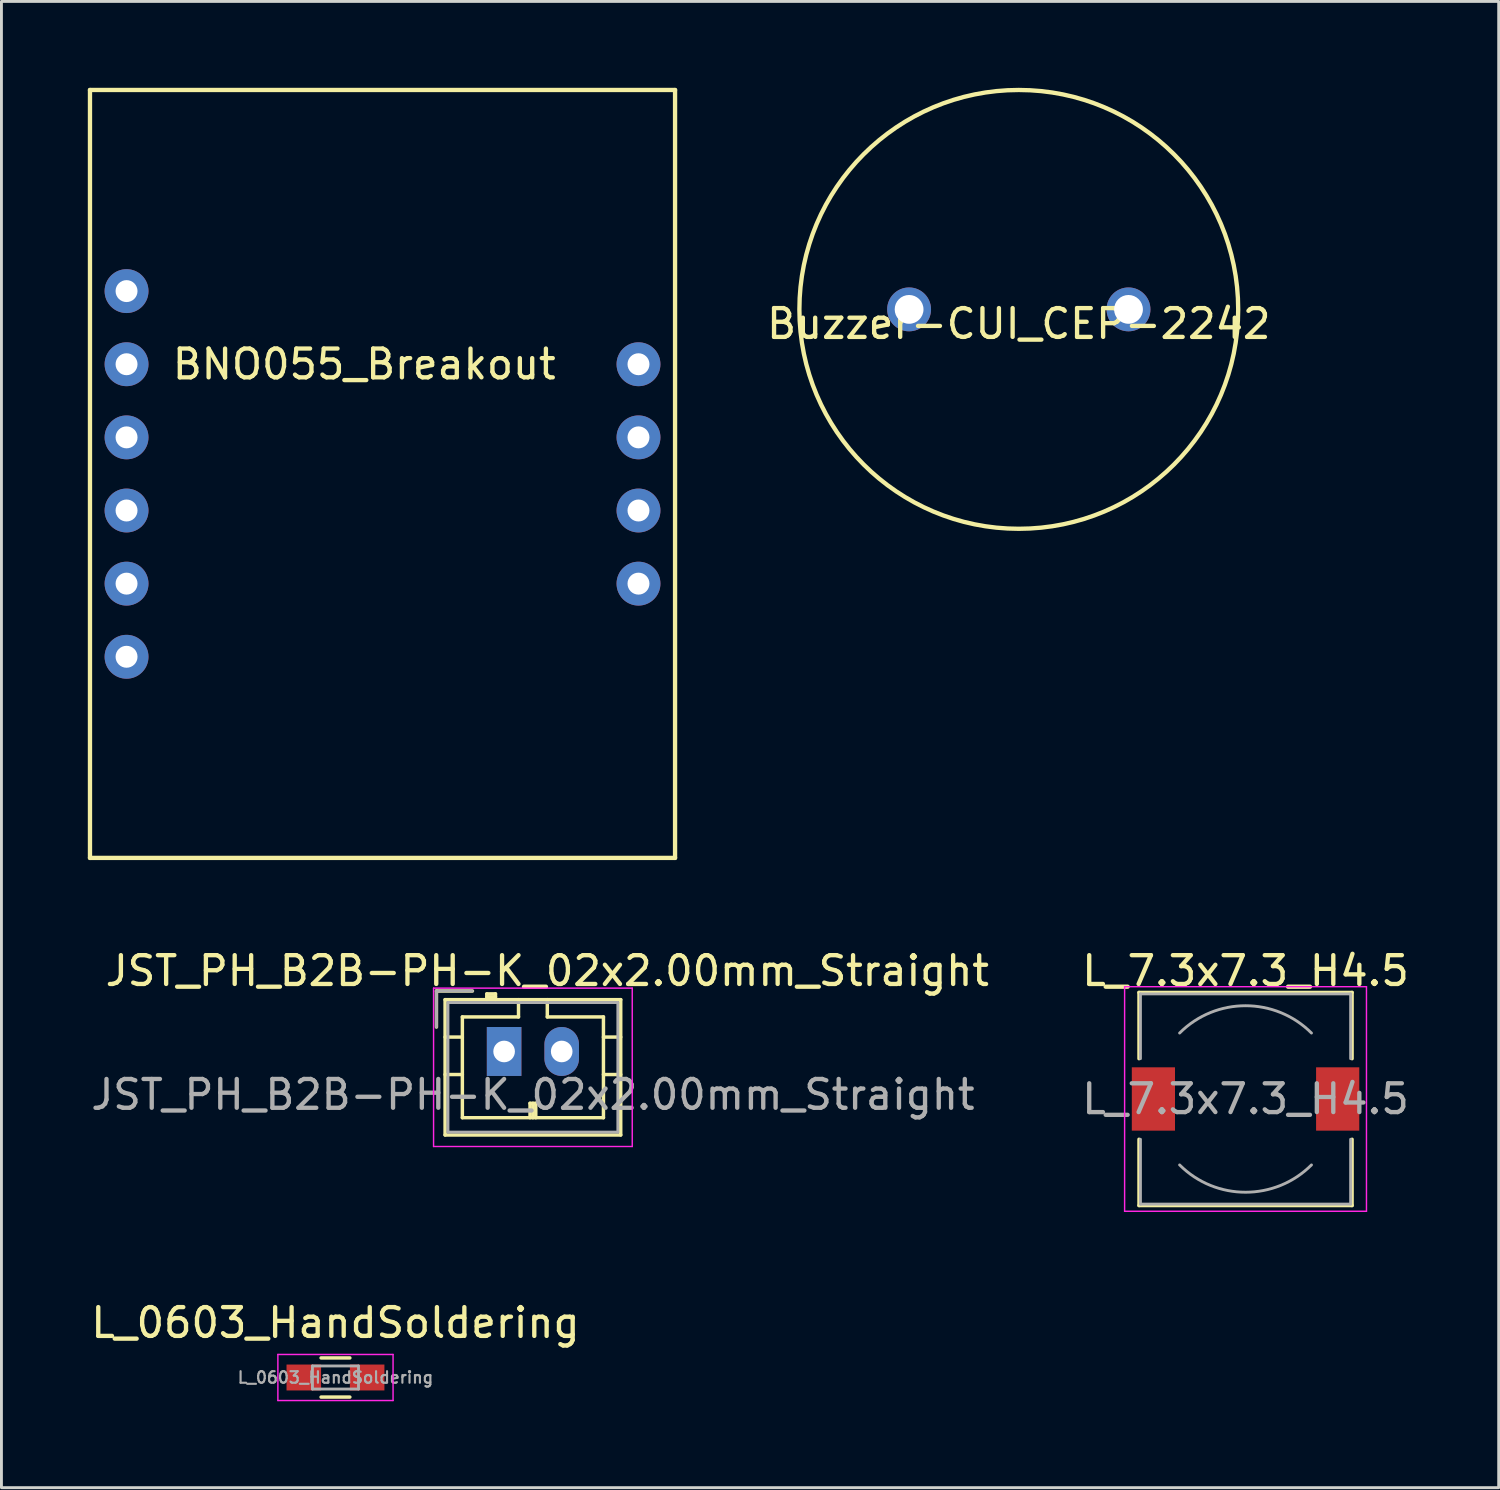
<source format=kicad_pcb>
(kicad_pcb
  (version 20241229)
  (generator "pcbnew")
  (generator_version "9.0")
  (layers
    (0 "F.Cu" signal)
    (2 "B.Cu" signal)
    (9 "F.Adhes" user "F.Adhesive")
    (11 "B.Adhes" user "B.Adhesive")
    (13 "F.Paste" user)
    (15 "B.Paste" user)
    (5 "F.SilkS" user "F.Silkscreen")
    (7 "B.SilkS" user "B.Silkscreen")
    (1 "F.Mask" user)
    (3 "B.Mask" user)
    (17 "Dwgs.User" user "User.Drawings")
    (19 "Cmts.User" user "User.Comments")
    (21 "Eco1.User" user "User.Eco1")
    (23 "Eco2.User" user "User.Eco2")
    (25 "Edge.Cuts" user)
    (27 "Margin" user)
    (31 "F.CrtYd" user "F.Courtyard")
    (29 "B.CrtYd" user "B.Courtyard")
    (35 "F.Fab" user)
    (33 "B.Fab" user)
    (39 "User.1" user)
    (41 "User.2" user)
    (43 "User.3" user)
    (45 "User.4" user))
  (footprint "JST_PH_B2B-PH-K_02x2.00mm_Straight"
    (layer "F.Cu")
    (at 14.458 33.468)
    (property "Reference" "JST_PH_B2B-PH-K_02x2.00mm_Straight" (at 1.5 -2.8 0) (layer "F.SilkS") (effects (font (size 1 1) (thickness 0.15))))
    (attr through_hole)
    (fp_line (start -2.35 -2.1) (end -2.35 -0.85) (stroke (width 0.12) (type solid)) (layer "F.SilkS"))
    (fp_line (start -2.05 -1.8) (end -2.05 2.9) (stroke (width 0.12) (type solid)) (layer "F.SilkS"))
    (fp_line (start -2.05 -0.5) (end -1.45 -0.5) (stroke (width 0.12) (type solid)) (layer "F.SilkS"))
    (fp_line (start -2.05 0.8) (end -1.45 0.8) (stroke (width 0.12) (type solid)) (layer "F.SilkS"))
    (fp_line (start -2.05 2.9) (end 4.05 2.9) (stroke (width 0.12) (type solid)) (layer "F.SilkS"))
    (fp_line (start -1.45 -1.2) (end -1.45 2.3) (stroke (width 0.12) (type solid)) (layer "F.SilkS"))
    (fp_line (start -1.45 2.3) (end 3.45 2.3) (stroke (width 0.12) (type solid)) (layer "F.SilkS"))
    (fp_line (start -1.1 -2.1) (end -2.35 -2.1) (stroke (width 0.12) (type solid)) (layer "F.SilkS"))
    (fp_line (start -0.6 -2) (end -0.6 -1.8) (stroke (width 0.12) (type solid)) (layer "F.SilkS"))
    (fp_line (start -0.3 -2) (end -0.6 -2) (stroke (width 0.12) (type solid)) (layer "F.SilkS"))
    (fp_line (start -0.3 -1.9) (end -0.6 -1.9) (stroke (width 0.12) (type solid)) (layer "F.SilkS"))
    (fp_line (start -0.3 -1.8) (end -0.3 -2) (stroke (width 0.12) (type solid)) (layer "F.SilkS"))
    (fp_line (start 0.5 -1.8) (end 0.5 -1.2) (stroke (width 0.12) (type solid)) (layer "F.SilkS"))
    (fp_line (start 0.5 -1.2) (end -1.45 -1.2) (stroke (width 0.12) (type solid)) (layer "F.SilkS"))
    (fp_line (start 0.9 1.8) (end 1.1 1.8) (stroke (width 0.12) (type solid)) (layer "F.SilkS"))
    (fp_line (start 0.9 2.3) (end 0.9 1.8) (stroke (width 0.12) (type solid)) (layer "F.SilkS"))
    (fp_line (start 1 2.3) (end 1 1.8) (stroke (width 0.12) (type solid)) (layer "F.SilkS"))
    (fp_line (start 1.1 1.8) (end 1.1 2.3) (stroke (width 0.12) (type solid)) (layer "F.SilkS"))
    (fp_line (start 1.5 -1.2) (end 1.5 -1.8) (stroke (width 0.12) (type solid)) (layer "F.SilkS"))
    (fp_line (start 3.45 -1.2) (end 1.5 -1.2) (stroke (width 0.12) (type solid)) (layer "F.SilkS"))
    (fp_line (start 3.45 2.3) (end 3.45 -1.2) (stroke (width 0.12) (type solid)) (layer "F.SilkS"))
    (fp_line (start 4.05 -1.8) (end -2.05 -1.8) (stroke (width 0.12) (type solid)) (layer "F.SilkS"))
    (fp_line (start 4.05 -0.5) (end 3.45 -0.5) (stroke (width 0.12) (type solid)) (layer "F.SilkS"))
    (fp_line (start 4.05 0.8) (end 3.45 0.8) (stroke (width 0.12) (type solid)) (layer "F.SilkS"))
    (fp_line (start 4.05 2.9) (end 4.05 -1.8) (stroke (width 0.12) (type solid)) (layer "F.SilkS"))
    (fp_line (start -2.45 -2.2) (end -2.45 3.3) (stroke (width 0.05) (type solid)) (layer "F.CrtYd"))
    (fp_line (start -2.45 3.3) (end 4.45 3.3) (stroke (width 0.05) (type solid)) (layer "F.CrtYd"))
    (fp_line (start 4.45 -2.2) (end -2.45 -2.2) (stroke (width 0.05) (type solid)) (layer "F.CrtYd"))
    (fp_line (start 4.45 3.3) (end 4.45 -2.2) (stroke (width 0.05) (type solid)) (layer "F.CrtYd"))
    (fp_line (start -2.35 -2.1) (end -2.35 -0.85) (stroke (width 0.1) (type solid)) (layer "F.Fab"))
    (fp_line (start -1.95 -1.7) (end -1.95 2.8) (stroke (width 0.1) (type solid)) (layer "F.Fab"))
    (fp_line (start -1.95 2.8) (end 3.95 2.8) (stroke (width 0.1) (type solid)) (layer "F.Fab"))
    (fp_line (start -1.1 -2.1) (end -2.35 -2.1) (stroke (width 0.1) (type solid)) (layer "F.Fab"))
    (fp_line (start 3.95 -1.7) (end -1.95 -1.7) (stroke (width 0.1) (type solid)) (layer "F.Fab"))
    (fp_line (start 3.95 2.8) (end 3.95 -1.7) (stroke (width 0.1) (type solid)) (layer "F.Fab"))
    (fp_text user "${REFERENCE}" (at 1 1.5 0) (layer "F.Fab") (effects (font (size 1 1) (thickness 0.15))))
    (pad "1" thru_hole rect (at 0 0) (size 1.2 1.7) (drill 0.75) (layers "*.Cu" "*.Mask"))
    (pad "2" thru_hole oval (at 2 0) (size 1.2 1.7) (drill 0.75) (layers "*.Cu" "*.Mask")))
  (footprint "BNO055_Breakout"
    (layer "F.Cu")
    (at 1.345 7.06)
    (property "Reference" "BNO055_Breakout" (at 8.255 2.54 0) (layer "F.SilkS") (effects (font (size 1 1) (thickness 0.15))))
    (attr through_hole)
    (fp_line (start -1.27 -6.985) (end 19.05 -6.985) (stroke (width 0.15) (type solid)) (layer "F.SilkS"))
    (fp_line (start -1.27 19.685) (end -1.27 -6.985) (stroke (width 0.15) (type solid)) (layer "F.SilkS"))
    (fp_line (start 19.05 -6.985) (end 19.05 19.685) (stroke (width 0.15) (type solid)) (layer "F.SilkS"))
    (fp_line (start 19.05 19.685) (end -1.27 19.685) (stroke (width 0.15) (type solid)) (layer "F.SilkS"))
    (pad "1" thru_hole circle (at 0 0) (size 1.524 1.524) (drill 0.762) (layers "*.Cu" "*.Mask"))
    (pad "2" thru_hole circle (at 0 2.54) (size 1.524 1.524) (drill 0.762) (layers "*.Cu" "*.Mask"))
    (pad "3" thru_hole circle (at 0 5.08) (size 1.524 1.524) (drill 0.762) (layers "*.Cu" "*.Mask"))
    (pad "4" thru_hole circle (at 0 7.62) (size 1.524 1.524) (drill 0.762) (layers "*.Cu" "*.Mask"))
    (pad "5" thru_hole circle (at 0 10.16) (size 1.524 1.524) (drill 0.762) (layers "*.Cu" "*.Mask"))
    (pad "6" thru_hole circle (at 0 12.7) (size 1.524 1.524) (drill 0.762) (layers "*.Cu" "*.Mask"))
    (pad "7" thru_hole circle (at 17.78 10.16) (size 1.524 1.524) (drill 0.762) (layers "*.Cu" "*.Mask"))
    (pad "8" thru_hole circle (at 17.78 7.62) (size 1.524 1.524) (drill 0.762) (layers "*.Cu" "*.Mask"))
    (pad "9" thru_hole circle (at 17.78 5.08) (size 1.524 1.524) (drill 0.762) (layers "*.Cu" "*.Mask"))
    (pad "10" thru_hole circle (at 17.78 2.54) (size 1.524 1.524) (drill 0.762) (layers "*.Cu" "*.Mask")))
  (footprint "L_0603_HandSoldering"
    (layer "F.Cu")
    (at 8.601 44.791)
    (property "Reference" "L_0603_HandSoldering" (at 0 -1.9 0) (layer "F.SilkS") (effects (font (size 1 1) (thickness 0.15))))
    (attr smd)
    (fp_line (start -0.5 -0.68) (end 0.5 -0.68) (stroke (width 0.12) (type solid)) (layer "F.SilkS"))
    (fp_line (start 0.5 0.68) (end -0.5 0.68) (stroke (width 0.12) (type solid)) (layer "F.SilkS"))
    (fp_line (start -2 -0.8) (end -2 0.8) (stroke (width 0.05) (type solid)) (layer "F.CrtYd"))
    (fp_line (start -2 -0.8) (end 2 -0.8) (stroke (width 0.05) (type solid)) (layer "F.CrtYd"))
    (fp_line (start -2 0.8) (end 2 0.8) (stroke (width 0.05) (type solid)) (layer "F.CrtYd"))
    (fp_line (start 2 -0.8) (end 2 0.8) (stroke (width 0.05) (type solid)) (layer "F.CrtYd"))
    (fp_line (start -0.8 -0.4) (end 0.8 -0.4) (stroke (width 0.1) (type solid)) (layer "F.Fab"))
    (fp_line (start -0.8 0.4) (end -0.8 -0.4) (stroke (width 0.1) (type solid)) (layer "F.Fab"))
    (fp_line (start 0.8 -0.4) (end 0.8 0.4) (stroke (width 0.1) (type solid)) (layer "F.Fab"))
    (fp_line (start 0.8 0.4) (end -0.8 0.4) (stroke (width 0.1) (type solid)) (layer "F.Fab"))
    (fp_text user "${REFERENCE}" (at 0 0 0) (layer "F.Fab") (effects (font (size 0.4 0.4) (thickness 0.075))))
    (pad "1" smd rect (at -1.1 0) (size 1.2 0.9) (layers "F.Cu" "F.Mask" "F.Paste"))
    (pad "2" smd rect (at 1.1 0) (size 1.2 0.9) (layers "F.Cu" "F.Mask" "F.Paste")))
  (footprint "Buzzer-CUI_CEP-2242"
    (layer "F.Cu")
    (at 32.333 7.695)
    (property "Reference" "Buzzer-CUI_CEP-2242" (at 0 0.5 0) (layer "F.SilkS") (effects (font (size 1 1) (thickness 0.15))))
    (attr through_hole)
    (fp_circle (center 0 0) (end 7.62 0) (stroke (width 0.15) (type solid)) (fill no) (layer "F.SilkS"))
    (pad "1" thru_hole circle (at -3.81 0) (size 1.524 1.524) (drill 1) (layers "*.Cu" "*.Mask"))
    (pad "2" thru_hole circle (at 3.81 0) (size 1.524 1.524) (drill 1) (layers "*.Cu" "*.Mask")))
  (footprint "L_7.3x7.3_H4.5"
    (layer "F.Cu")
    (at 40.208 35.118)
    (property "Reference" "L_7.3x7.3_H4.5" (at 0 -4.45 0) (layer "F.SilkS") (effects (font (size 1 1) (thickness 0.15))))
    (attr smd)
    (fp_line (start -3.7 -3.7) (end 3.7 -3.7) (stroke (width 0.12) (type solid)) (layer "F.SilkS"))
    (fp_line (start -3.7 -1.4) (end -3.7 -3.7) (stroke (width 0.12) (type solid)) (layer "F.SilkS"))
    (fp_line (start -3.7 3.7) (end -3.7 1.4) (stroke (width 0.12) (type solid)) (layer "F.SilkS"))
    (fp_line (start 3.7 -3.7) (end 3.7 -1.4) (stroke (width 0.12) (type solid)) (layer "F.SilkS"))
    (fp_line (start 3.7 1.4) (end 3.7 3.7) (stroke (width 0.12) (type solid)) (layer "F.SilkS"))
    (fp_line (start 3.7 3.7) (end -3.7 3.7) (stroke (width 0.12) (type solid)) (layer "F.SilkS"))
    (fp_line (start -4.2 -3.9) (end -4.2 3.9) (stroke (width 0.05) (type solid)) (layer "F.CrtYd"))
    (fp_line (start -4.2 3.9) (end 4.2 3.9) (stroke (width 0.05) (type solid)) (layer "F.CrtYd"))
    (fp_line (start 4.2 -3.9) (end -4.2 -3.9) (stroke (width 0.05) (type solid)) (layer "F.CrtYd"))
    (fp_line (start 4.2 3.9) (end 4.2 -3.9) (stroke (width 0.05) (type solid)) (layer "F.CrtYd"))
    (fp_line (start -3.65 -3.65) (end -3.65 -1.4) (stroke (width 0.1) (type solid)) (layer "F.Fab"))
    (fp_line (start -3.65 -3.65) (end 3.65 -3.65) (stroke (width 0.1) (type solid)) (layer "F.Fab"))
    (fp_line (start -3.65 3.65) (end -3.65 1.4) (stroke (width 0.1) (type solid)) (layer "F.Fab"))
    (fp_line (start 3.65 -3.65) (end 3.65 -1.4) (stroke (width 0.1) (type solid)) (layer "F.Fab"))
    (fp_line (start 3.65 3.65) (end -3.65 3.65) (stroke (width 0.1) (type solid)) (layer "F.Fab"))
    (fp_line (start 3.65 3.65) (end 3.65 1.4) (stroke (width 0.1) (type solid)) (layer "F.Fab"))
    (fp_arc (start -2.29 -2.29) (mid 0 -3.238549) (end 2.29 -2.29) (stroke (width 0.1) (type solid)) (layer "F.Fab"))
    (fp_arc (start 2.29 2.29) (mid 0 3.238549) (end -2.29 2.29) (stroke (width 0.1) (type solid)) (layer "F.Fab"))
    (fp_text user "${REFERENCE}" (at 0 0 0) (layer "F.Fab") (effects (font (size 1 1) (thickness 0.15))))
    (pad "1" smd rect (at -3.2 0) (size 1.5 2.2) (layers "F.Cu" "F.Mask" "F.Paste"))
    (pad "2" smd rect (at 3.2 0) (size 1.5 2.2) (layers "F.Cu" "F.Mask" "F.Paste")))
  (gr_rect
    (start -3 -3)
    (end 49 48.617)
    (stroke (width 0.1) (type default))
    (fill no)
    (layer "Edge.Cuts")))
</source>
